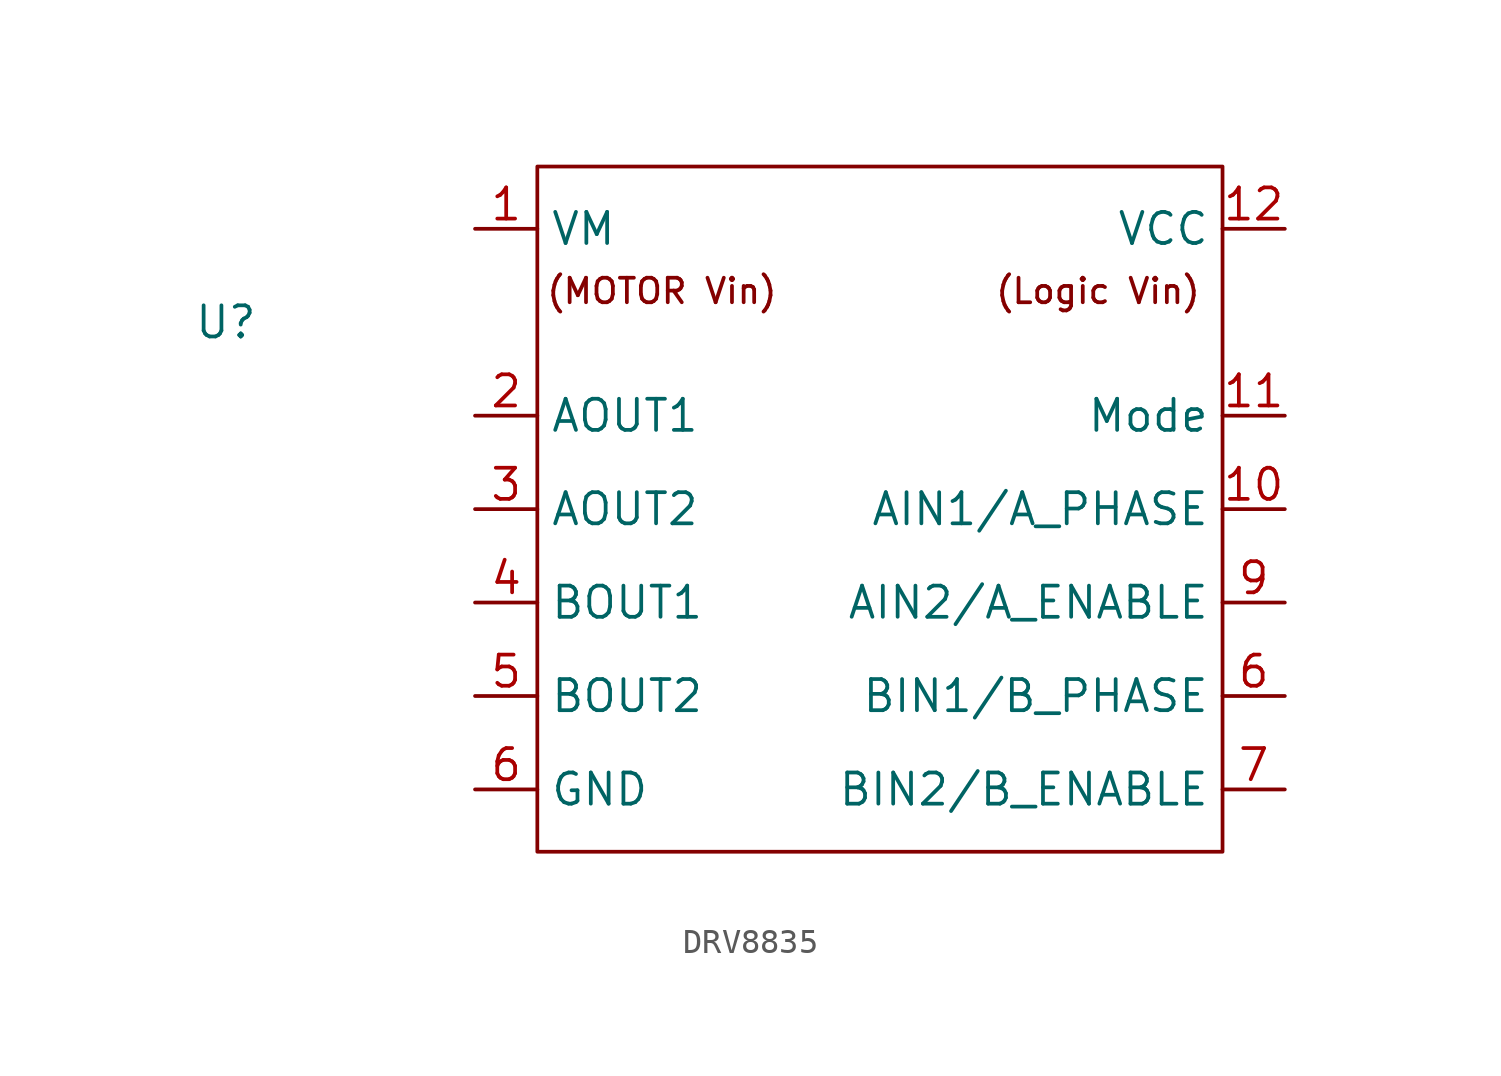
<source format=kicad_sym>
(kicad_symbol_lib
  (version 20220914)
  (generator kicad_symbol_editor)
  (symbol "DRV8835"
    (property "Reference" "U"
      (at 0 0 0)
      (effects (font (size 1.27 1.27))))
    (property "Value" ""
      (at 0 0 0)
      (effects (font (size 1.27 1.27))))
    (symbol "DRV8835_1_1"
      (rectangle (start 12.7 6.35) (end 40.64 -21.59) (stroke (width 0) (type default)) (fill (type none)))
      (text "(Logic Vin)" (at 35.56 1.27 0) (effects (font (size 1 1))))
      (text "(MOTOR Vin)" (at 17.78 1.27 0) (effects (font (size 1 1))))
      (pin power_in line (at 10.16 3.81 0) (length 2.54) (name "VM" (effects (font (size 1.27 1.27)))) (number "1" (effects (font (size 1.27 1.27)))))
      (pin input line (at 43.18 -7.62 180) (length 2.54) (name "AIN1/A_PHASE" (effects (font (size 1.27 1.27)))) (number "10" (effects (font (size 1.27 1.27)))))
      (pin input line (at 43.18 -3.81 180) (length 2.54) (name "Mode" (effects (font (size 1.27 1.27)))) (number "11" (effects (font (size 1.27 1.27)))))
      (pin power_in line (at 43.18 3.81 180) (length 2.54) (name "VCC" (effects (font (size 1.27 1.27)))) (number "12" (effects (font (size 1.27 1.27)))))
      (pin output line (at 10.16 -3.81 0) (length 2.54) (name "AOUT1" (effects (font (size 1.27 1.27)))) (number "2" (effects (font (size 1.27 1.27)))))
      (pin output line (at 10.16 -7.62 0) (length 2.54) (name "AOUT2" (effects (font (size 1.27 1.27)))) (number "3" (effects (font (size 1.27 1.27)))))
      (pin output line (at 10.16 -11.43 0) (length 2.54) (name "BOUT1" (effects (font (size 1.27 1.27)))) (number "4" (effects (font (size 1.27 1.27)))))
      (pin output line (at 10.16 -15.24 0) (length 2.54) (name "BOUT2" (effects (font (size 1.27 1.27)))) (number "5" (effects (font (size 1.27 1.27)))))
      (pin input line (at 43.18 -15.24 180) (length 2.54) (name "BIN1/B_PHASE" (effects (font (size 1.27 1.27)))) (number "6" (effects (font (size 1.27 1.27)))))
      (pin power_in line (at 10.16 -19.05 0) (length 2.54) (name "GND" (effects (font (size 1.27 1.27)))) (number "6" (effects (font (size 1.27 1.27)))))
      (pin input line (at 43.18 -19.05 180) (length 2.54) (name "BIN2/B_ENABLE" (effects (font (size 1.27 1.27)))) (number "7" (effects (font (size 1.27 1.27)))))
      (pin input line (at 43.18 -11.43 180) (length 2.54) (name "AIN2/A_ENABLE" (effects (font (size 1.27 1.27)))) (number "9" (effects (font (size 1.27 1.27))))))))
</source>
